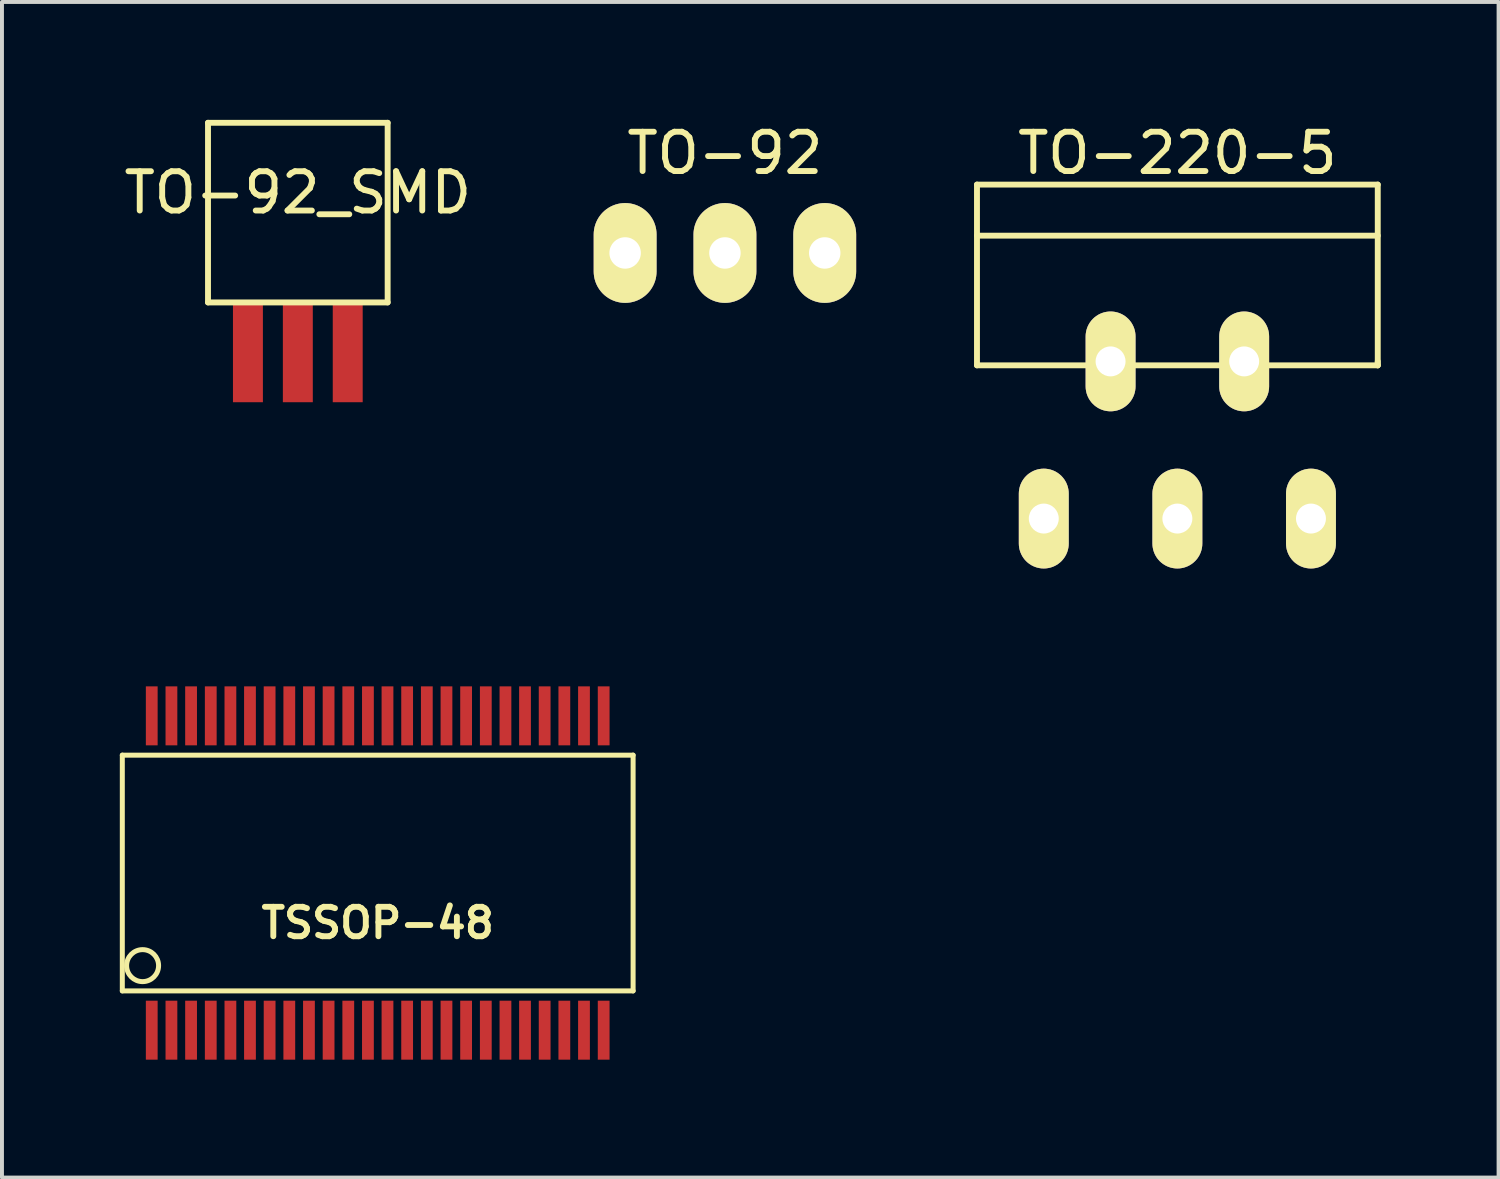
<source format=kicad_pcb>
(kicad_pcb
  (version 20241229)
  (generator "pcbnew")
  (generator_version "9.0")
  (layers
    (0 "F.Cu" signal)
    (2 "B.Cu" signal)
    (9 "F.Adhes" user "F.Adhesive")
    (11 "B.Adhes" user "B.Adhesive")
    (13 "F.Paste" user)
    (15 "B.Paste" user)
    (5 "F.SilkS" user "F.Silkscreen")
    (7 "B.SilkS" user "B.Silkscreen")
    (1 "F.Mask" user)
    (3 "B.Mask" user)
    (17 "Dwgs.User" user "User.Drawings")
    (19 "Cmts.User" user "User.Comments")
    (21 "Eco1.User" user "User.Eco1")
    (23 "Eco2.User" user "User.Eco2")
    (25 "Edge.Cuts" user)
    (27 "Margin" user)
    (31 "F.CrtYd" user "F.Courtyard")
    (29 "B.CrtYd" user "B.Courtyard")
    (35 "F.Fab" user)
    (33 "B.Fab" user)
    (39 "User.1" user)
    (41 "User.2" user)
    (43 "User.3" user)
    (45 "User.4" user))
  (footprint "TO-92_SMD"
    (layer "F.Cu")
    (at 4.53 4.647)
    (property "Reference" "TO-92_SMD" (at 0 -2.794 0) (layer "F.SilkS") (effects (font (size 1 1) (thickness 0.15))))
    (attr through_hole)
    (fp_line (start -2.286 -4.572) (end 2.286 -4.572) (stroke (width 0.15) (type solid)) (layer "F.SilkS"))
    (fp_line (start -2.286 0) (end -2.286 -4.572) (stroke (width 0.15) (type solid)) (layer "F.SilkS"))
    (fp_line (start 2.286 -4.572) (end 2.286 0) (stroke (width 0.15) (type solid)) (layer "F.SilkS"))
    (fp_line (start 2.286 0) (end -2.286 0) (stroke (width 0.15) (type solid)) (layer "F.SilkS"))
    (pad "1" smd rect (at 1.27 1.27) (size 0.762 2.54) (layers "F.Cu" "F.Mask" "F.Paste"))
    (pad "2" smd rect (at 0 1.27) (size 0.762 2.54) (layers "F.Cu" "F.Mask"))
    (pad "3" smd rect (at -1.27 1.27) (size 0.762 2.54) (layers "F.Cu")))
  (footprint "TO-220-5"
    (layer "F.Cu")
    (at 26.915 1.648)
    (property "Reference" "TO-220-5" (at 0 -0.8 0) (layer "F.SilkS") (effects (font (size 1 1) (thickness 0.15))))
    (attr through_hole)
    (fp_line (start -5.1 0) (end -5.1 4.6) (stroke (width 0.15) (type solid)) (layer "F.SilkS"))
    (fp_line (start -5.1 0) (end 5.1 0) (stroke (width 0.15) (type solid)) (layer "F.SilkS"))
    (fp_line (start -5.1 1.3) (end 5.1 1.3) (stroke (width 0.15) (type solid)) (layer "F.SilkS"))
    (fp_line (start -5.1 4.6) (end 5.1 4.6) (stroke (width 0.15) (type solid)) (layer "F.SilkS"))
    (fp_line (start 5.1 0) (end 5.1 4.6) (stroke (width 0.15) (type solid)) (layer "F.SilkS"))
    (fp_line (start 5.1 4.5) (end 5.1 4.6) (stroke (width 0.15) (type solid)) (layer "F.SilkS"))
    (pad "1" thru_hole oval (at -3.4 8.5) (size 1.27 2.54) (drill 0.762) (layers "*.Cu" "*.Mask" "F.SilkS"))
    (pad "2" thru_hole oval (at -1.7 4.5) (size 1.27 2.54) (drill 0.762) (layers "*.Cu" "*.Mask" "F.SilkS"))
    (pad "3" thru_hole oval (at 0 8.5) (size 1.27 2.54) (drill 0.762) (layers "*.Cu" "*.Mask" "F.SilkS"))
    (pad "4" thru_hole oval (at 1.7 4.5) (size 1.27 2.54) (drill 0.762) (layers "*.Cu" "*.Mask" "F.SilkS"))
    (pad "5" thru_hole oval (at 3.4 8.5) (size 1.27 2.54) (drill 0.762) (layers "*.Cu" "*.Mask" "F.SilkS")))
  (footprint "TSSOP-48"
    (layer "F.Cu")
    (at 6.563 19.169)
    (property "Reference" "TSSOP-48" (at 0 1.27 0) (layer "F.SilkS") (effects (font (size 0.749 0.749) (thickness 0.15))))
    (attr smd)
    (fp_line (start -6.5 -3) (end 6.5 -3) (stroke (width 0.127) (type solid)) (layer "F.SilkS"))
    (fp_line (start -6.5 3) (end -6.5 -3) (stroke (width 0.127) (type solid)) (layer "F.SilkS"))
    (fp_line (start 6.5 -3) (end 6.5 3) (stroke (width 0.127) (type solid)) (layer "F.SilkS"))
    (fp_line (start 6.5 3) (end -6.5 3) (stroke (width 0.127) (type solid)) (layer "F.SilkS"))
    (fp_circle (center -5.984 2.357) (end -6.238 2.675) (stroke (width 0.127) (type solid)) (fill no) (layer "F.SilkS"))
    (pad "1" smd rect (at -5.751 4) (size 0.3 1.501) (layers "F.Cu" "F.Mask" "F.Paste"))
    (pad "2" smd rect (at -5.25 4) (size 0.3 1.501) (layers "F.Cu" "F.Mask" "F.Paste"))
    (pad "3" smd rect (at -4.75 4) (size 0.3 1.501) (layers "F.Cu" "F.Mask" "F.Paste"))
    (pad "4" smd rect (at -4.249 4) (size 0.3 1.501) (layers "F.Cu" "F.Mask" "F.Paste"))
    (pad "5" smd rect (at -3.749 4) (size 0.3 1.501) (layers "F.Cu" "F.Mask" "F.Paste"))
    (pad "6" smd rect (at -3.251 4) (size 0.3 1.501) (layers "F.Cu" "F.Mask" "F.Paste"))
    (pad "7" smd rect (at -2.751 4) (size 0.3 1.501) (layers "F.Cu" "F.Mask" "F.Paste"))
    (pad "8" smd rect (at -2.25 4) (size 0.3 1.501) (layers "F.Cu" "F.Mask" "F.Paste"))
    (pad "9" smd rect (at -1.75 4) (size 0.3 1.501) (layers "F.Cu" "F.Mask" "F.Paste"))
    (pad "10" smd rect (at -1.25 4) (size 0.3 1.501) (layers "F.Cu" "F.Mask" "F.Paste"))
    (pad "11" smd rect (at -0.749 4) (size 0.3 1.501) (layers "F.Cu" "F.Mask" "F.Paste"))
    (pad "12" smd rect (at -0.249 4) (size 0.3 1.501) (layers "F.Cu" "F.Mask" "F.Paste"))
    (pad "13" smd rect (at 0.249 4) (size 0.3 1.501) (layers "F.Cu" "F.Mask" "F.Paste"))
    (pad "14" smd rect (at 0.749 4) (size 0.3 1.501) (layers "F.Cu" "F.Mask" "F.Paste"))
    (pad "15" smd rect (at 1.25 4) (size 0.3 1.501) (layers "F.Cu" "F.Mask" "F.Paste"))
    (pad "16" smd rect (at 1.75 4) (size 0.3 1.501) (layers "F.Cu" "F.Mask" "F.Paste"))
    (pad "17" smd rect (at 2.25 4) (size 0.3 1.501) (layers "F.Cu" "F.Mask" "F.Paste"))
    (pad "18" smd rect (at 2.751 4) (size 0.3 1.501) (layers "F.Cu" "F.Mask" "F.Paste"))
    (pad "19" smd rect (at 3.251 4) (size 0.3 1.501) (layers "F.Cu" "F.Mask" "F.Paste"))
    (pad "20" smd rect (at 3.749 4) (size 0.3 1.501) (layers "F.Cu" "F.Mask" "F.Paste"))
    (pad "21" smd rect (at 4.249 4) (size 0.3 1.501) (layers "F.Cu" "F.Mask" "F.Paste"))
    (pad "22" smd rect (at 4.75 4) (size 0.3 1.501) (layers "F.Cu" "F.Mask" "F.Paste"))
    (pad "23" smd rect (at 5.25 4) (size 0.3 1.501) (layers "F.Cu" "F.Mask" "F.Paste"))
    (pad "24" smd rect (at 5.751 4) (size 0.3 1.501) (layers "F.Cu" "F.Mask" "F.Paste"))
    (pad "25" smd rect (at 5.751 -4) (size 0.3 1.501) (layers "F.Cu" "F.Mask" "F.Paste"))
    (pad "26" smd rect (at 5.25 -4) (size 0.3 1.501) (layers "F.Cu" "F.Mask" "F.Paste"))
    (pad "27" smd rect (at 4.75 -4) (size 0.3 1.501) (layers "F.Cu" "F.Mask" "F.Paste"))
    (pad "28" smd rect (at 4.249 -4) (size 0.3 1.501) (layers "F.Cu" "F.Mask" "F.Paste"))
    (pad "29" smd rect (at 3.749 -4) (size 0.3 1.501) (layers "F.Cu" "F.Mask" "F.Paste"))
    (pad "30" smd rect (at 3.251 -4) (size 0.3 1.501) (layers "F.Cu" "F.Mask" "F.Paste"))
    (pad "31" smd rect (at 2.751 -4) (size 0.3 1.501) (layers "F.Cu" "F.Mask" "F.Paste"))
    (pad "32" smd rect (at 2.25 -4) (size 0.3 1.501) (layers "F.Cu" "F.Mask" "F.Paste"))
    (pad "33" smd rect (at 1.75 -4) (size 0.3 1.501) (layers "F.Cu" "F.Mask" "F.Paste"))
    (pad "34" smd rect (at 1.25 -4) (size 0.3 1.501) (layers "F.Cu" "F.Mask" "F.Paste"))
    (pad "35" smd rect (at 0.749 -4) (size 0.3 1.501) (layers "F.Cu" "F.Mask" "F.Paste"))
    (pad "36" smd rect (at 0.249 -4) (size 0.3 1.501) (layers "F.Cu" "F.Mask" "F.Paste"))
    (pad "37" smd rect (at -0.249 -4) (size 0.3 1.501) (layers "F.Cu" "F.Mask" "F.Paste"))
    (pad "38" smd rect (at -0.749 -4) (size 0.3 1.501) (layers "F.Cu" "F.Mask" "F.Paste"))
    (pad "39" smd rect (at -1.25 -4) (size 0.3 1.501) (layers "F.Cu" "F.Mask" "F.Paste"))
    (pad "40" smd rect (at -1.75 -4) (size 0.3 1.501) (layers "F.Cu" "F.Mask" "F.Paste"))
    (pad "41" smd rect (at -2.25 -4) (size 0.3 1.501) (layers "F.Cu" "F.Mask" "F.Paste"))
    (pad "42" smd rect (at -2.751 -4) (size 0.3 1.501) (layers "F.Cu" "F.Mask" "F.Paste"))
    (pad "43" smd rect (at -3.251 -4) (size 0.3 1.501) (layers "F.Cu" "F.Mask" "F.Paste"))
    (pad "44" smd rect (at -3.749 -4) (size 0.3 1.501) (layers "F.Cu" "F.Mask" "F.Paste"))
    (pad "45" smd rect (at -4.249 -4) (size 0.3 1.501) (layers "F.Cu" "F.Mask" "F.Paste"))
    (pad "46" smd rect (at -4.75 -4) (size 0.3 1.501) (layers "F.Cu" "F.Mask" "F.Paste"))
    (pad "47" smd rect (at -5.25 -4) (size 0.3 1.501) (layers "F.Cu" "F.Mask" "F.Paste"))
    (pad "48" smd rect (at -5.751 -4) (size 0.3 1.501) (layers "F.Cu" "F.Mask" "F.Paste")))
  (footprint "TO-92"
    (layer "F.Cu")
    (at 15.4 3.388)
    (property "Reference" "TO-92" (at 0 -2.54 0) (layer "F.SilkS") (effects (font (size 1 1) (thickness 0.15))))
    (attr through_hole)
    (pad "1" thru_hole oval (at -2.54 0) (size 1.6 2.54) (drill 0.8) (layers "*.Cu" "*.Mask" "F.SilkS"))
    (pad "2" thru_hole oval (at 0 0) (size 1.6 2.54) (drill 0.8) (layers "*.Cu" "*.Mask" "F.SilkS"))
    (pad "3" thru_hole oval (at 2.54 0) (size 1.6 2.54) (drill 0.8) (layers "*.Cu" "*.Mask" "F.SilkS")))
  (gr_rect
    (start -3 -3)
    (end 35.09 26.92)
    (stroke (width 0.1) (type default))
    (fill no)
    (layer "Edge.Cuts")))
</source>
